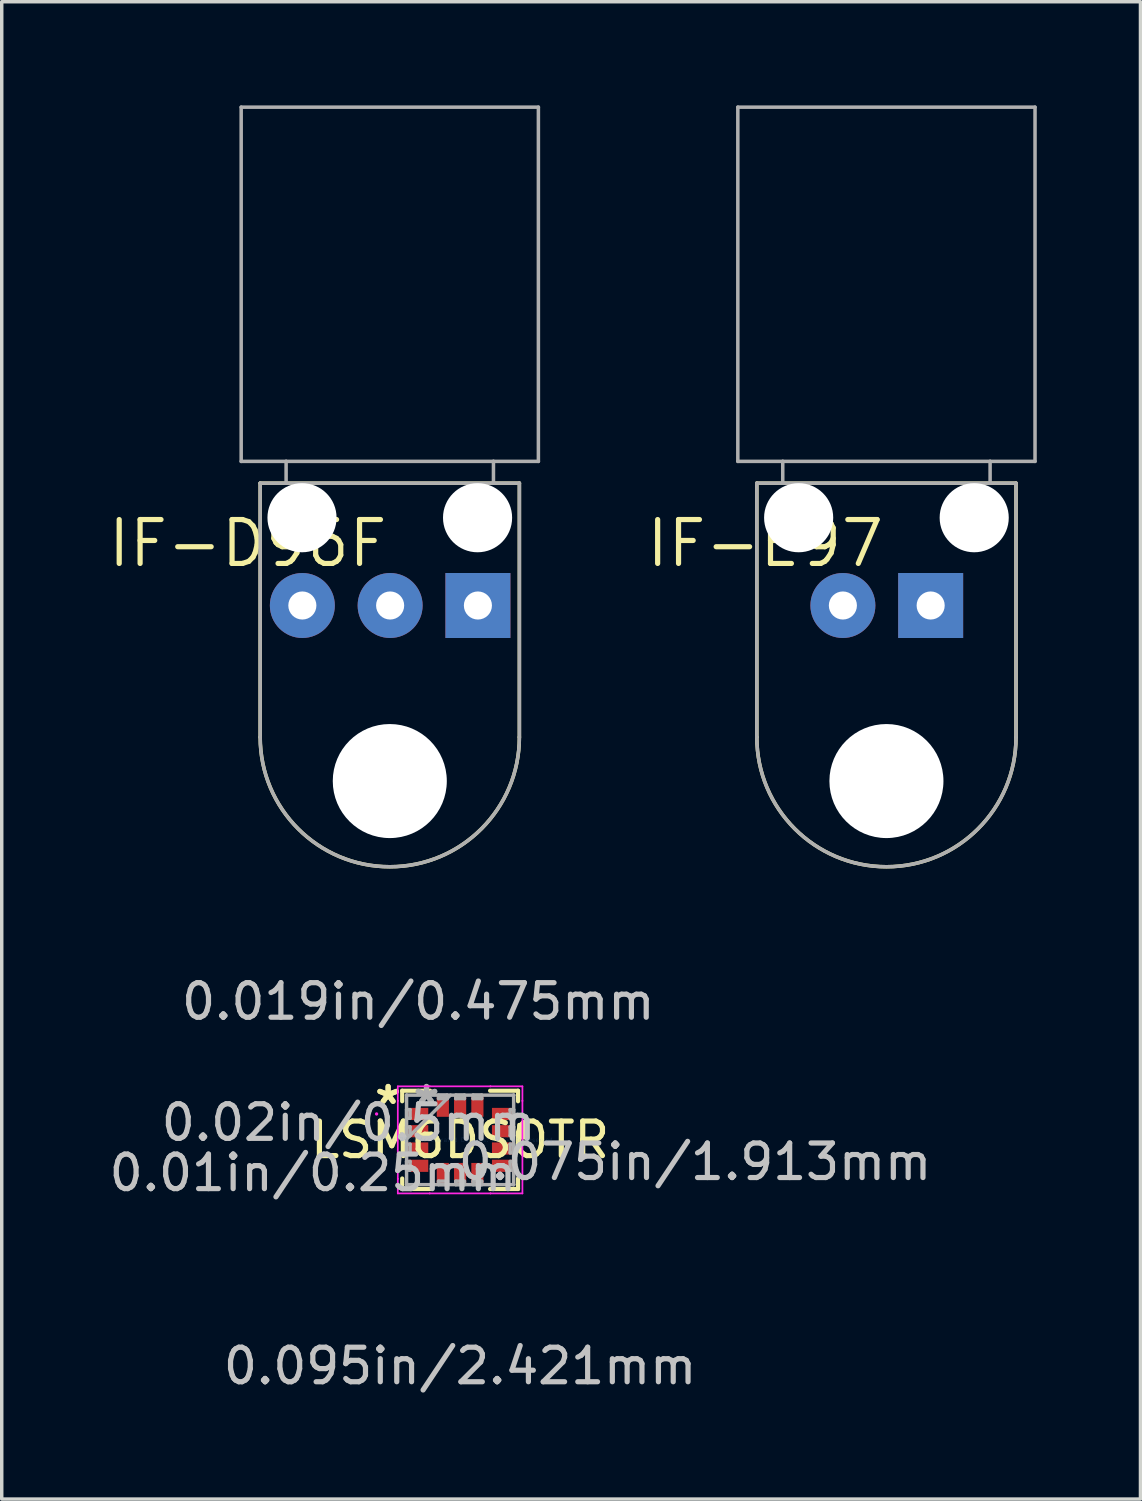
<source format=kicad_pcb>
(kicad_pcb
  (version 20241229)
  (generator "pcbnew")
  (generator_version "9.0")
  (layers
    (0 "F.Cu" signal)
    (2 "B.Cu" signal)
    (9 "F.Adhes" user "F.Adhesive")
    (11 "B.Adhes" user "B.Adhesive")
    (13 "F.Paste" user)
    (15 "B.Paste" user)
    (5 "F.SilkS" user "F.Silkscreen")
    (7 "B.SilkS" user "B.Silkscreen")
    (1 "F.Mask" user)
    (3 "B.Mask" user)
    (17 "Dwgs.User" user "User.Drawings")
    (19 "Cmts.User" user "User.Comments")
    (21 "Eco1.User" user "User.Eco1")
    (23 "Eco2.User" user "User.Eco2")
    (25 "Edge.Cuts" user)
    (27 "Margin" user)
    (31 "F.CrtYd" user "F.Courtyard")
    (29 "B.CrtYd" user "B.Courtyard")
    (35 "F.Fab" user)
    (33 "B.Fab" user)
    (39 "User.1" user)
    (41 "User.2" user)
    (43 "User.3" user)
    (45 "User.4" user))
  (footprint "IF-E97"
    (layer "F.Cu")
    (at 22.61 11.931)
    (property "Reference" "IF-E97" (at 0 0 0) (layer "F.SilkS") (effects (font (size 1.27 1.27) (thickness 0.15)) (justify right top)))
    (attr through_hole)
    (fp_line (start -3.76 -1) (end -3.76 6.35) (stroke (width 0.102) (type solid)) (layer "F.SilkS"))
    (fp_line (start -3.76 -1) (end 3.74 -1) (stroke (width 0.102) (type solid)) (layer "F.SilkS"))
    (fp_line (start 3.74 -1) (end 3.74 6.35) (stroke (width 0.102) (type solid)) (layer "F.SilkS"))
    (fp_arc (start 3.74 6.35) (mid -0.01 10.1) (end -3.76 6.35) (stroke (width 0.1016) (type solid)) (layer "F.SilkS"))
    (fp_line (start -4.31 -11.88) (end 4.29 -11.88) (stroke (width 0.102) (type solid)) (layer "F.Fab"))
    (fp_line (start -4.31 -1.63) (end -4.31 -11.88) (stroke (width 0.102) (type solid)) (layer "F.Fab"))
    (fp_line (start -3.76 -1) (end -3.01 -1) (stroke (width 0.102) (type solid)) (layer "F.Fab"))
    (fp_line (start -3.76 6.35) (end -3.76 -1) (stroke (width 0.102) (type solid)) (layer "F.Fab"))
    (fp_line (start -3.01 -1.63) (end -4.31 -1.63) (stroke (width 0.102) (type solid)) (layer "F.Fab"))
    (fp_line (start -3.01 -1.63) (end -3.01 -1) (stroke (width 0.102) (type solid)) (layer "F.Fab"))
    (fp_line (start -3.01 -1) (end 2.99 -1) (stroke (width 0.102) (type solid)) (layer "F.Fab"))
    (fp_line (start 2.99 -1.63) (end -3.01 -1.63) (stroke (width 0.102) (type solid)) (layer "F.Fab"))
    (fp_line (start 2.99 -1.63) (end 2.99 -1) (stroke (width 0.102) (type solid)) (layer "F.Fab"))
    (fp_line (start 2.99 -1) (end 3.74 -1) (stroke (width 0.102) (type solid)) (layer "F.Fab"))
    (fp_line (start 3.74 -1) (end 3.74 6.34) (stroke (width 0.102) (type solid)) (layer "F.Fab"))
    (fp_line (start 4.29 -11.88) (end 4.29 -1.63) (stroke (width 0.102) (type solid)) (layer "F.Fab"))
    (fp_line (start 4.29 -1.63) (end 2.99 -1.63) (stroke (width 0.102) (type solid)) (layer "F.Fab"))
    (fp_arc (start 3.74 6.35) (mid -0.01 10.1) (end -3.76 6.35) (stroke (width 0.1016) (type solid)) (layer "F.Fab"))
    (pad "" np_thru_hole circle (at -2.55 0) (size 2 2) (drill 2) (layers "*.Cu" "*.Mask"))
    (pad "" np_thru_hole circle (at -0.01 7.62) (size 3.3 3.3) (drill 3.3) (layers "*.Cu" "*.Mask"))
    (pad "" np_thru_hole circle (at 2.53 0) (size 2 2) (drill 2) (layers "*.Cu" "*.Mask"))
    (pad "A" thru_hole circle (at -1.27 2.54) (size 1.88 1.88) (drill 0.813) (layers "*.Cu" "*.Mask"))
    (pad "C" thru_hole rect (at 1.27 2.54) (size 1.88 1.88) (drill 0.813) (layers "*.Cu" "*.Mask")))
  (footprint "IF-D96F"
    (layer "F.Cu")
    (at 8.239 11.931)
    (property "Reference" "IF-D96F" (at 0 0 0) (layer "F.SilkS") (effects (font (size 1.27 1.27) (thickness 0.15)) (justify right top)))
    (attr through_hole)
    (fp_line (start -3.76 -1) (end -3.76 6.35) (stroke (width 0.102) (type solid)) (layer "F.SilkS"))
    (fp_line (start -3.76 -1) (end 3.74 -1) (stroke (width 0.102) (type solid)) (layer "F.SilkS"))
    (fp_line (start 3.74 -1) (end 3.74 6.35) (stroke (width 0.102) (type solid)) (layer "F.SilkS"))
    (fp_arc (start 3.74 6.35) (mid -0.01 10.1) (end -3.76 6.35) (stroke (width 0.1016) (type solid)) (layer "F.SilkS"))
    (fp_line (start -4.31 -11.88) (end 4.29 -11.88) (stroke (width 0.102) (type solid)) (layer "F.Fab"))
    (fp_line (start -4.31 -1.63) (end -4.31 -11.88) (stroke (width 0.102) (type solid)) (layer "F.Fab"))
    (fp_line (start -3.76 -1) (end -3.01 -1) (stroke (width 0.102) (type solid)) (layer "F.Fab"))
    (fp_line (start -3.76 6.35) (end -3.76 -1) (stroke (width 0.102) (type solid)) (layer "F.Fab"))
    (fp_line (start -3.01 -1.63) (end -4.31 -1.63) (stroke (width 0.102) (type solid)) (layer "F.Fab"))
    (fp_line (start -3.01 -1.63) (end -3.01 -1) (stroke (width 0.102) (type solid)) (layer "F.Fab"))
    (fp_line (start -3.01 -1) (end 2.99 -1) (stroke (width 0.102) (type solid)) (layer "F.Fab"))
    (fp_line (start 2.99 -1.63) (end -3.01 -1.63) (stroke (width 0.102) (type solid)) (layer "F.Fab"))
    (fp_line (start 2.99 -1.63) (end 2.99 -1) (stroke (width 0.102) (type solid)) (layer "F.Fab"))
    (fp_line (start 2.99 -1) (end 3.74 -1) (stroke (width 0.102) (type solid)) (layer "F.Fab"))
    (fp_line (start 3.74 -1) (end 3.74 6.34) (stroke (width 0.102) (type solid)) (layer "F.Fab"))
    (fp_line (start 4.29 -11.88) (end 4.29 -1.63) (stroke (width 0.102) (type solid)) (layer "F.Fab"))
    (fp_line (start 4.29 -1.63) (end 2.99 -1.63) (stroke (width 0.102) (type solid)) (layer "F.Fab"))
    (fp_arc (start 3.74 6.35) (mid -0.01 10.1) (end -3.76 6.35) (stroke (width 0.1016) (type solid)) (layer "F.Fab"))
    (pad "" np_thru_hole circle (at -2.55 0) (size 2 2) (drill 2) (layers "*.Cu" "*.Mask"))
    (pad "" np_thru_hole circle (at -0.01 7.62) (size 3.3 3.3) (drill 3.3) (layers "*.Cu" "*.Mask"))
    (pad "" np_thru_hole circle (at 2.53 0) (size 2 2) (drill 2) (layers "*.Cu" "*.Mask"))
    (pad "1" thru_hole rect (at 2.54 2.54) (size 1.88 1.88) (drill 0.813) (layers "*.Cu" "*.Mask"))
    (pad "2" thru_hole circle (at 0 2.54) (size 1.88 1.88) (drill 0.813) (layers "*.Cu" "*.Mask"))
    (pad "3" thru_hole circle (at -2.54 2.54) (size 1.88 1.88) (drill 0.813) (layers "*.Cu" "*.Mask")))
  (footprint "LSM6DSOTR"
    (layer "F.Cu")
    (at 10.264 29.934)
    (property "Reference" "LSM6DSOTR" (at 0 0 0) (layer "F.SilkS") (effects (font (size 1 1) (thickness 0.15))))
    (attr through_hole)
    (fp_line (start -1.676 -1.422) (end -1.676 -1.117) (stroke (width 0.12) (type solid)) (layer "F.SilkS"))
    (fp_line (start -1.676 1.117) (end -1.676 1.422) (stroke (width 0.12) (type solid)) (layer "F.SilkS"))
    (fp_line (start -1.676 1.422) (end -0.867 1.422) (stroke (width 0.12) (type solid)) (layer "F.SilkS"))
    (fp_line (start -0.867 -1.422) (end -1.676 -1.422) (stroke (width 0.12) (type solid)) (layer "F.SilkS"))
    (fp_line (start 0.867 1.422) (end 1.676 1.422) (stroke (width 0.12) (type solid)) (layer "F.SilkS"))
    (fp_line (start 1.676 -1.422) (end 0.867 -1.422) (stroke (width 0.12) (type solid)) (layer "F.SilkS"))
    (fp_line (start 1.676 -1.117) (end 1.676 -1.422) (stroke (width 0.12) (type solid)) (layer "F.SilkS"))
    (fp_line (start 1.676 1.422) (end 1.676 1.117) (stroke (width 0.12) (type solid)) (layer "F.SilkS"))
    (fp_poly (pts (xy 1.956 -0.441) (xy 1.956 -0.059) (xy 1.702 -0.059) (xy 1.702 -0.441)) (stroke (width 0.1) (type solid)) (fill yes) (layer "F.SilkS"))
    (fp_line (start -1.803 -1.549) (end -0.879 -1.549) (stroke (width 0.05) (type solid)) (layer "F.CrtYd"))
    (fp_line (start -1.803 -1.129) (end -1.803 -1.549) (stroke (width 0.05) (type solid)) (layer "F.CrtYd"))
    (fp_line (start -1.803 -1.129) (end -1.803 -1.129) (stroke (width 0.05) (type solid)) (layer "F.CrtYd"))
    (fp_line (start -1.803 1.129) (end -1.803 -1.129) (stroke (width 0.05) (type solid)) (layer "F.CrtYd"))
    (fp_line (start -1.803 1.129) (end -1.803 1.129) (stroke (width 0.05) (type solid)) (layer "F.CrtYd"))
    (fp_line (start -1.803 1.549) (end -1.803 1.129) (stroke (width 0.05) (type solid)) (layer "F.CrtYd"))
    (fp_line (start -0.879 -1.549) (end -0.879 -1.549) (stroke (width 0.05) (type solid)) (layer "F.CrtYd"))
    (fp_line (start -0.879 -1.549) (end 0.879 -1.549) (stroke (width 0.05) (type solid)) (layer "F.CrtYd"))
    (fp_line (start -0.879 1.549) (end -1.803 1.549) (stroke (width 0.05) (type solid)) (layer "F.CrtYd"))
    (fp_line (start -0.879 1.549) (end -0.879 1.549) (stroke (width 0.05) (type solid)) (layer "F.CrtYd"))
    (fp_line (start 0.879 -1.549) (end 0.879 -1.549) (stroke (width 0.05) (type solid)) (layer "F.CrtYd"))
    (fp_line (start 0.879 -1.549) (end 1.803 -1.549) (stroke (width 0.05) (type solid)) (layer "F.CrtYd"))
    (fp_line (start 0.879 1.549) (end -0.879 1.549) (stroke (width 0.05) (type solid)) (layer "F.CrtYd"))
    (fp_line (start 0.879 1.549) (end 0.879 1.549) (stroke (width 0.05) (type solid)) (layer "F.CrtYd"))
    (fp_line (start 1.803 -1.549) (end 1.803 -1.129) (stroke (width 0.05) (type solid)) (layer "F.CrtYd"))
    (fp_line (start 1.803 -1.129) (end 1.803 -1.129) (stroke (width 0.05) (type solid)) (layer "F.CrtYd"))
    (fp_line (start 1.803 -1.129) (end 1.803 1.129) (stroke (width 0.05) (type solid)) (layer "F.CrtYd"))
    (fp_line (start 1.803 1.129) (end 1.803 1.129) (stroke (width 0.05) (type solid)) (layer "F.CrtYd"))
    (fp_line (start 1.803 1.129) (end 1.803 1.549) (stroke (width 0.05) (type solid)) (layer "F.CrtYd"))
    (fp_line (start 1.803 1.549) (end 0.879 1.549) (stroke (width 0.05) (type solid)) (layer "F.CrtYd"))
    (fp_circle (center -2.417 -0.75) (end -2.417 -0.75) (stroke (width 0.05) (type solid)) (fill no) (layer "F.CrtYd"))
    (fp_line (start -1.549 -1.295) (end -1.549 -1.295) (stroke (width 0.1) (type solid)) (layer "F.Fab"))
    (fp_line (start -1.549 -1.295) (end -1.549 1.295) (stroke (width 0.1) (type solid)) (layer "F.Fab"))
    (fp_line (start -1.549 -0.875) (end -1.448 -0.875) (stroke (width 0.1) (type solid)) (layer "F.Fab"))
    (fp_line (start -1.549 -0.625) (end -1.549 -0.875) (stroke (width 0.1) (type solid)) (layer "F.Fab"))
    (fp_line (start -1.549 -0.375) (end -1.448 -0.375) (stroke (width 0.1) (type solid)) (layer "F.Fab"))
    (fp_line (start -1.549 -0.125) (end -1.549 -0.375) (stroke (width 0.1) (type solid)) (layer "F.Fab"))
    (fp_line (start -1.549 -0.025) (end -0.279 -1.295) (stroke (width 0.1) (type solid)) (layer "F.Fab"))
    (fp_line (start -1.549 0.125) (end -1.448 0.125) (stroke (width 0.1) (type solid)) (layer "F.Fab"))
    (fp_line (start -1.549 0.375) (end -1.549 0.125) (stroke (width 0.1) (type solid)) (layer "F.Fab"))
    (fp_line (start -1.549 0.625) (end -1.448 0.625) (stroke (width 0.1) (type solid)) (layer "F.Fab"))
    (fp_line (start -1.549 0.875) (end -1.549 0.625) (stroke (width 0.1) (type solid)) (layer "F.Fab"))
    (fp_line (start -1.549 1.295) (end -1.549 1.295) (stroke (width 0.1) (type solid)) (layer "F.Fab"))
    (fp_line (start -1.549 1.295) (end 1.549 1.295) (stroke (width 0.1) (type solid)) (layer "F.Fab"))
    (fp_line (start -1.448 -0.875) (end -1.448 -0.625) (stroke (width 0.1) (type solid)) (layer "F.Fab"))
    (fp_line (start -1.448 -0.625) (end -1.549 -0.625) (stroke (width 0.1) (type solid)) (layer "F.Fab"))
    (fp_line (start -1.448 -0.375) (end -1.448 -0.125) (stroke (width 0.1) (type solid)) (layer "F.Fab"))
    (fp_line (start -1.448 -0.125) (end -1.549 -0.125) (stroke (width 0.1) (type solid)) (layer "F.Fab"))
    (fp_line (start -1.448 0.125) (end -1.448 0.375) (stroke (width 0.1) (type solid)) (layer "F.Fab"))
    (fp_line (start -1.448 0.375) (end -1.549 0.375) (stroke (width 0.1) (type solid)) (layer "F.Fab"))
    (fp_line (start -1.448 0.625) (end -1.448 0.875) (stroke (width 0.1) (type solid)) (layer "F.Fab"))
    (fp_line (start -1.448 0.875) (end -1.549 0.875) (stroke (width 0.1) (type solid)) (layer "F.Fab"))
    (fp_line (start -0.625 -1.295) (end -0.375 -1.295) (stroke (width 0.1) (type solid)) (layer "F.Fab"))
    (fp_line (start -0.625 -1.194) (end -0.625 -1.295) (stroke (width 0.1) (type solid)) (layer "F.Fab"))
    (fp_line (start -0.625 1.194) (end -0.375 1.194) (stroke (width 0.1) (type solid)) (layer "F.Fab"))
    (fp_line (start -0.625 1.295) (end -0.625 1.194) (stroke (width 0.1) (type solid)) (layer "F.Fab"))
    (fp_line (start -0.375 -1.295) (end -0.375 -1.194) (stroke (width 0.1) (type solid)) (layer "F.Fab"))
    (fp_line (start -0.375 -1.194) (end -0.625 -1.194) (stroke (width 0.1) (type solid)) (layer "F.Fab"))
    (fp_line (start -0.375 1.194) (end -0.375 1.295) (stroke (width 0.1) (type solid)) (layer "F.Fab"))
    (fp_line (start -0.375 1.295) (end -0.625 1.295) (stroke (width 0.1) (type solid)) (layer "F.Fab"))
    (fp_line (start -0.125 -1.295) (end 0.125 -1.295) (stroke (width 0.1) (type solid)) (layer "F.Fab"))
    (fp_line (start -0.125 -1.194) (end -0.125 -1.295) (stroke (width 0.1) (type solid)) (layer "F.Fab"))
    (fp_line (start -0.125 1.194) (end 0.125 1.194) (stroke (width 0.1) (type solid)) (layer "F.Fab"))
    (fp_line (start -0.125 1.295) (end -0.125 1.194) (stroke (width 0.1) (type solid)) (layer "F.Fab"))
    (fp_line (start 0.125 -1.295) (end 0.125 -1.194) (stroke (width 0.1) (type solid)) (layer "F.Fab"))
    (fp_line (start 0.125 -1.194) (end -0.125 -1.194) (stroke (width 0.1) (type solid)) (layer "F.Fab"))
    (fp_line (start 0.125 1.194) (end 0.125 1.295) (stroke (width 0.1) (type solid)) (layer "F.Fab"))
    (fp_line (start 0.125 1.295) (end -0.125 1.295) (stroke (width 0.1) (type solid)) (layer "F.Fab"))
    (fp_line (start 0.375 -1.295) (end 0.625 -1.295) (stroke (width 0.1) (type solid)) (layer "F.Fab"))
    (fp_line (start 0.375 -1.194) (end 0.375 -1.295) (stroke (width 0.1) (type solid)) (layer "F.Fab"))
    (fp_line (start 0.375 1.194) (end 0.625 1.194) (stroke (width 0.1) (type solid)) (layer "F.Fab"))
    (fp_line (start 0.375 1.295) (end 0.375 1.194) (stroke (width 0.1) (type solid)) (layer "F.Fab"))
    (fp_line (start 0.625 -1.295) (end 0.625 -1.194) (stroke (width 0.1) (type solid)) (layer "F.Fab"))
    (fp_line (start 0.625 -1.194) (end 0.375 -1.194) (stroke (width 0.1) (type solid)) (layer "F.Fab"))
    (fp_line (start 0.625 1.194) (end 0.625 1.295) (stroke (width 0.1) (type solid)) (layer "F.Fab"))
    (fp_line (start 0.625 1.295) (end 0.375 1.295) (stroke (width 0.1) (type solid)) (layer "F.Fab"))
    (fp_line (start 1.448 -0.875) (end 1.549 -0.875) (stroke (width 0.1) (type solid)) (layer "F.Fab"))
    (fp_line (start 1.448 -0.625) (end 1.448 -0.875) (stroke (width 0.1) (type solid)) (layer "F.Fab"))
    (fp_line (start 1.448 -0.375) (end 1.549 -0.375) (stroke (width 0.1) (type solid)) (layer "F.Fab"))
    (fp_line (start 1.448 -0.125) (end 1.448 -0.375) (stroke (width 0.1) (type solid)) (layer "F.Fab"))
    (fp_line (start 1.448 0.125) (end 1.549 0.125) (stroke (width 0.1) (type solid)) (layer "F.Fab"))
    (fp_line (start 1.448 0.375) (end 1.448 0.125) (stroke (width 0.1) (type solid)) (layer "F.Fab"))
    (fp_line (start 1.448 0.625) (end 1.549 0.625) (stroke (width 0.1) (type solid)) (layer "F.Fab"))
    (fp_line (start 1.448 0.875) (end 1.448 0.625) (stroke (width 0.1) (type solid)) (layer "F.Fab"))
    (fp_line (start 1.549 -1.295) (end -1.549 -1.295) (stroke (width 0.1) (type solid)) (layer "F.Fab"))
    (fp_line (start 1.549 -1.295) (end 1.549 -1.295) (stroke (width 0.1) (type solid)) (layer "F.Fab"))
    (fp_line (start 1.549 -0.875) (end 1.549 -0.625) (stroke (width 0.1) (type solid)) (layer "F.Fab"))
    (fp_line (start 1.549 -0.625) (end 1.448 -0.625) (stroke (width 0.1) (type solid)) (layer "F.Fab"))
    (fp_line (start 1.549 -0.375) (end 1.549 -0.125) (stroke (width 0.1) (type solid)) (layer "F.Fab"))
    (fp_line (start 1.549 -0.125) (end 1.448 -0.125) (stroke (width 0.1) (type solid)) (layer "F.Fab"))
    (fp_line (start 1.549 0.125) (end 1.549 0.375) (stroke (width 0.1) (type solid)) (layer "F.Fab"))
    (fp_line (start 1.549 0.375) (end 1.448 0.375) (stroke (width 0.1) (type solid)) (layer "F.Fab"))
    (fp_line (start 1.549 0.625) (end 1.549 0.875) (stroke (width 0.1) (type solid)) (layer "F.Fab"))
    (fp_line (start 1.549 0.875) (end 1.448 0.875) (stroke (width 0.1) (type solid)) (layer "F.Fab"))
    (fp_line (start 1.549 1.295) (end 1.549 -1.295) (stroke (width 0.1) (type solid)) (layer "F.Fab"))
    (fp_line (start 1.549 1.295) (end 1.549 1.295) (stroke (width 0.1) (type solid)) (layer "F.Fab"))
    (fp_text user "*" (at -2.083 -1 0) (layer "F.SilkS") (effects (font (size 1 1) (thickness 0.15))))
    (fp_text user "*" (at -2.083 -1 0) (layer "F.SilkS") (effects (font (size 1 1) (thickness 0.15))))
    (fp_text user "0.01in/0.25mm" (at -4.258 0.956 0) (layer "Dwgs.User") (effects (font (size 1 1) (thickness 0.15))))
    (fp_text user "0.019in/0.475mm" (at -1.21 -4.004 0) (layer "Dwgs.User") (effects (font (size 1 1) (thickness 0.15))))
    (fp_text user "0.095in/2.421mm" (at 0 6.544 0) (layer "Dwgs.User") (effects (font (size 1 1) (thickness 0.15))))
    (fp_text user "0.02in/0.5mm" (at -3.226 -0.5 0) (layer "Dwgs.User") (effects (font (size 1 1) (thickness 0.15))))
    (fp_text user "0.075in/1.913mm" (at 6.798 0.635 0) (layer "Dwgs.User") (effects (font (size 1 1) (thickness 0.15))))
    (fp_text user "Copyright 2021 Accelerated Designs. All rights reserved." (at 0 0 0) (layer "Cmts.User") (effects (font (size 0.127 0.127) (thickness 0.002))))
    (fp_text user "*" (at -0.973 -1 0) (layer "F.Fab") (effects (font (size 1 1) (thickness 0.15))))
    (fp_text user "*" (at -0.973 -1 0) (layer "F.Fab") (effects (font (size 1 1) (thickness 0.15))))
    (pad "1" smd rect (at -1.21 -0.75 90) (size 0.352 0.577) (layers "F.Cu" "F.Mask" "F.Paste"))
    (pad "2" smd rect (at -1.21 -0.25 90) (size 0.352 0.577) (layers "F.Cu" "F.Mask" "F.Paste"))
    (pad "3" smd rect (at -1.21 0.25 90) (size 0.352 0.577) (layers "F.Cu" "F.Mask" "F.Paste"))
    (pad "4" smd rect (at -1.21 0.75 90) (size 0.352 0.577) (layers "F.Cu" "F.Mask" "F.Paste"))
    (pad "5" smd rect (at -0.5 0.956) (size 0.352 0.577) (layers "F.Cu" "F.Mask" "F.Paste"))
    (pad "6" smd rect (at 0 0.956) (size 0.352 0.577) (layers "F.Cu" "F.Mask" "F.Paste"))
    (pad "7" smd rect (at 0.5 0.956) (size 0.352 0.577) (layers "F.Cu" "F.Mask" "F.Paste"))
    (pad "8" smd rect (at 1.21 0.75 90) (size 0.352 0.577) (layers "F.Cu" "F.Mask" "F.Paste"))
    (pad "9" smd rect (at 1.21 0.25 90) (size 0.352 0.577) (layers "F.Cu" "F.Mask" "F.Paste"))
    (pad "10" smd rect (at 1.21 -0.25 90) (size 0.352 0.577) (layers "F.Cu" "F.Mask" "F.Paste"))
    (pad "11" smd rect (at 1.21 -0.75 90) (size 0.352 0.577) (layers "F.Cu" "F.Mask" "F.Paste"))
    (pad "12" smd rect (at 0.5 -0.956) (size 0.352 0.577) (layers "F.Cu" "F.Mask" "F.Paste"))
    (pad "13" smd rect (at 0 -0.956) (size 0.352 0.577) (layers "F.Cu" "F.Mask" "F.Paste"))
    (pad "14" smd rect (at -0.5 -0.956) (size 0.352 0.577) (layers "F.Cu" "F.Mask" "F.Paste")))
  (gr_rect
    (start -3 -3)
    (end 29.951 40.327)
    (stroke (width 0.1) (type default))
    (fill no)
    (layer "Edge.Cuts")))
</source>
